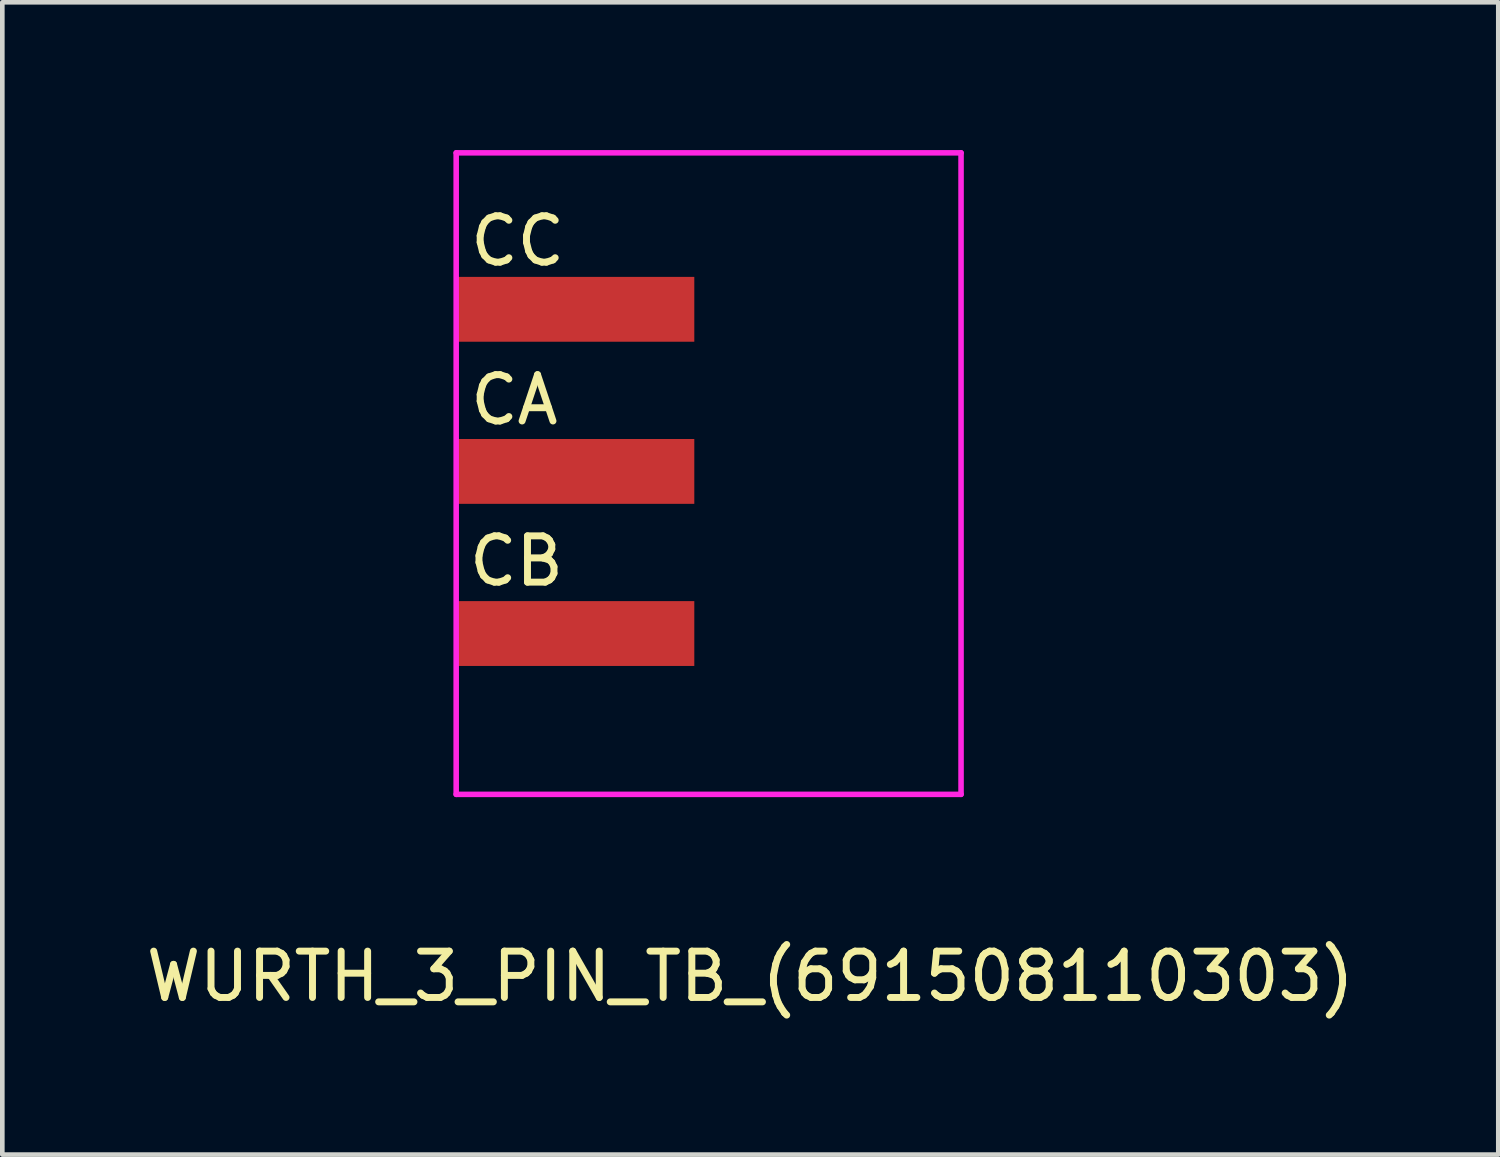
<source format=kicad_pcb>
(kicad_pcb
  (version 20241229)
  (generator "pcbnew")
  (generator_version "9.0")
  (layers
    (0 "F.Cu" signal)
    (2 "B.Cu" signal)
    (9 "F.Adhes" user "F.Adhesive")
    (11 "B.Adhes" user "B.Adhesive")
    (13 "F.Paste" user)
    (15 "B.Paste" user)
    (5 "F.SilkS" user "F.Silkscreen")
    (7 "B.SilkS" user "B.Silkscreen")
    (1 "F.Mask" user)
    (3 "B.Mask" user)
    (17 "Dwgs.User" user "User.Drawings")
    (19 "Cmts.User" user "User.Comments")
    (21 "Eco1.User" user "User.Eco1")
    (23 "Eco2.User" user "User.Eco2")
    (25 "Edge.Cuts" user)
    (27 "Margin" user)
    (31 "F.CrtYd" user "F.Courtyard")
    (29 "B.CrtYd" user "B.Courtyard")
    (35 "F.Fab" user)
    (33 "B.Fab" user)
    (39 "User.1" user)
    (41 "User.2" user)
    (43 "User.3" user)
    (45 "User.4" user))
  (footprint "WURTH_3_PIN_TB_(691508110303)"
    (layer "F.Cu")
    (at 6.799 0.25)
    (property "Reference" "WURTH_3_PIN_TB_(691508110303)" (at 6.35 17.78 0) (layer "F.SilkS") (effects (font (size 1 1) (thickness 0.15))))
    (attr through_hole)
    (fp_line (start 0 0) (end 0 13.85) (stroke (width 0.12) (type solid)) (layer "F.CrtYd"))
    (fp_line (start 0 0) (end 10.9 0) (stroke (width 0.12) (type solid)) (layer "F.CrtYd"))
    (fp_line (start 0 13.85) (end 10.9 13.85) (stroke (width 0.12) (type solid)) (layer "F.CrtYd"))
    (fp_line (start 10.9 0) (end 10.9 13.85) (stroke (width 0.12) (type solid)) (layer "F.CrtYd"))
    (fp_text user "CB" (at 0.203 8.814 0) (layer "F.SilkS") (effects (font (size 1 1) (thickness 0.15)) (justify left)))
    (fp_text user "CC" (at 0.229 1.905 0) (layer "F.SilkS") (effects (font (size 1 1) (thickness 0.15)) (justify left)))
    (fp_text user "CA" (at 0.229 5.334 0) (layer "F.SilkS") (effects (font (size 1 1) (thickness 0.15)) (justify left)))
    (pad "1" smd rect (at 2.591 3.378 270) (size 1.4 5.1) (layers "F.Cu" "F.Mask" "F.Paste"))
    (pad "2" smd rect (at 2.591 6.878 270) (size 1.4 5.1) (layers "F.Cu" "F.Mask" "F.Paste"))
    (pad "3" smd rect (at 2.591 10.378 270) (size 1.4 5.1) (layers "F.Cu" "F.Mask" "F.Paste")))
  (gr_rect
    (start -3 -3)
    (end 29.298 21.878)
    (stroke (width 0.1) (type default))
    (fill no)
    (layer "Edge.Cuts")))
</source>
